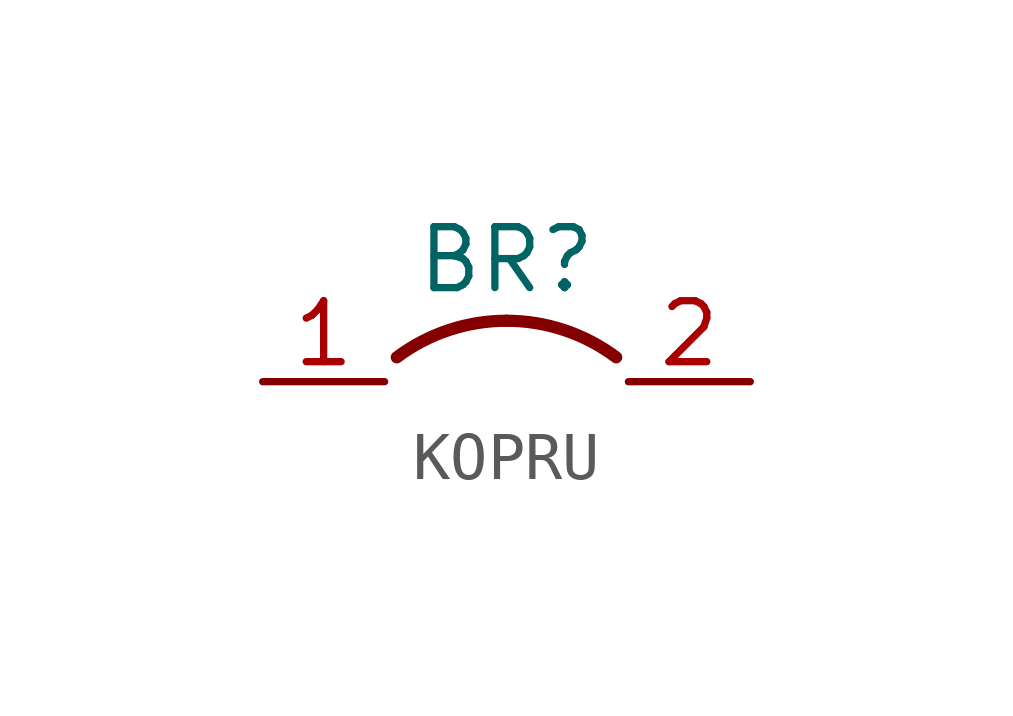
<source format=kicad_sym>
(kicad_symbol_lib
  (version 20220914)
  (generator kicad_symbol_editor)
  (symbol "KOPRU"
    (property "Reference" "BR"
      (at 5.08 2.54 0)
      (effects (font (size 1.27 1.27))))
    (property "Value" ""
      (at 2.54 2.54 90)
      (effects (font (size 1.27 1.27))))
    (symbol "KOPRU_1_0"
      (arc (start 5.08 1.27) (mid 3.8752 1.0745) (end 2.794 0.508) (stroke (width 0.254) (type solid)) (fill (type none)))
      (arc (start 7.366 0.508) (mid 6.2848 1.0745) (end 5.08 1.27) (stroke (width 0.254) (type solid)) (fill (type none)))
      (pin passive line (at 0 0 0) (length 2.54) (name "1" (effects (font (size 0 0)))) (number "1" (effects (font (size 1.27 1.27)))))
      (pin passive line (at 10.16 0 180) (length 2.54) (name "2" (effects (font (size 0 0)))) (number "2" (effects (font (size 1.27 1.27))))))))
</source>
